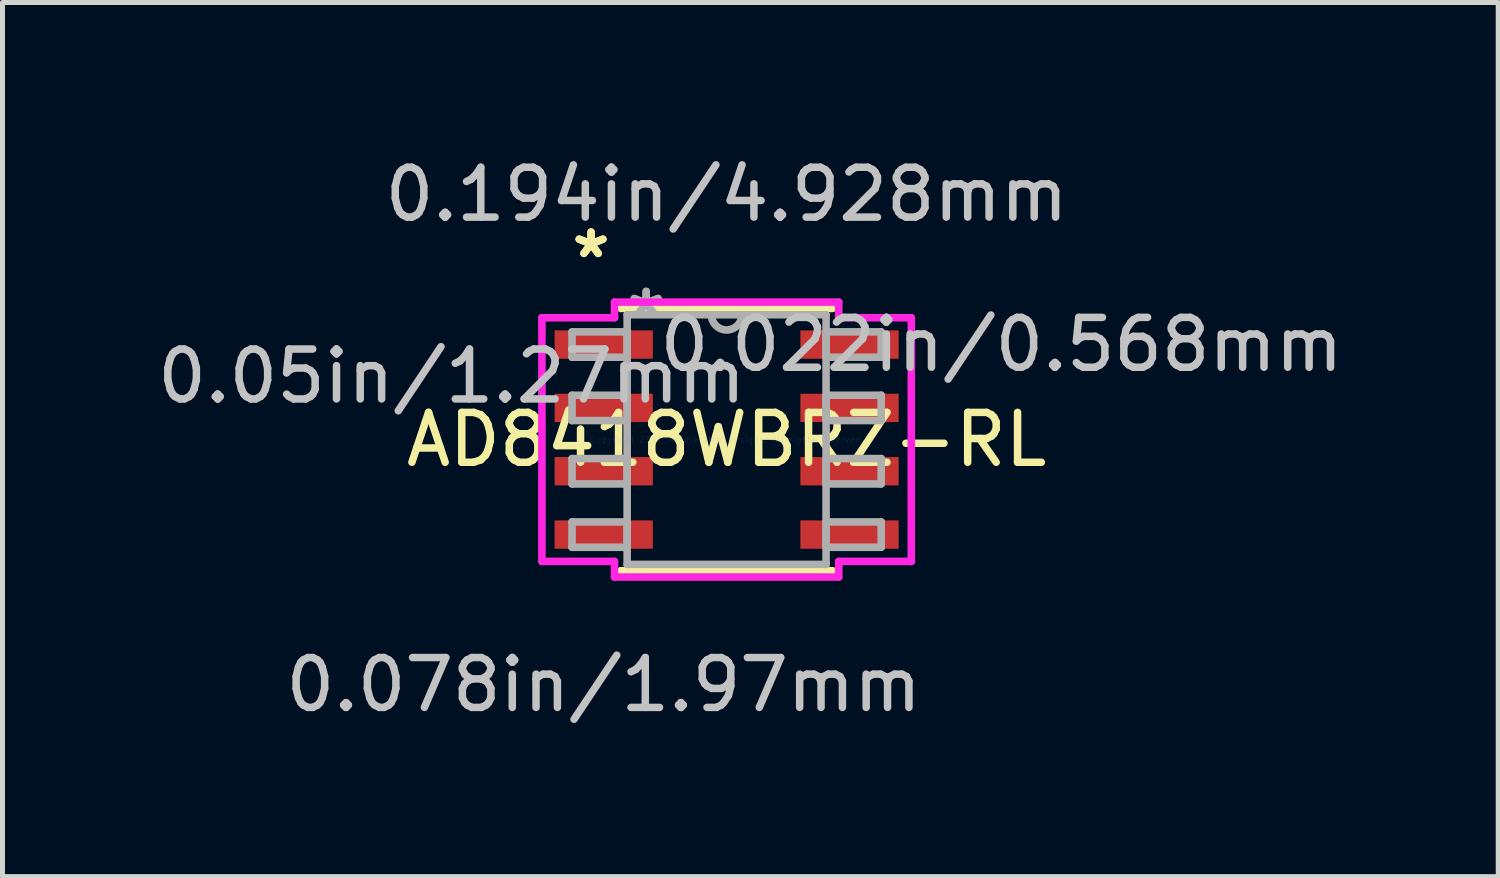
<source format=kicad_pcb>
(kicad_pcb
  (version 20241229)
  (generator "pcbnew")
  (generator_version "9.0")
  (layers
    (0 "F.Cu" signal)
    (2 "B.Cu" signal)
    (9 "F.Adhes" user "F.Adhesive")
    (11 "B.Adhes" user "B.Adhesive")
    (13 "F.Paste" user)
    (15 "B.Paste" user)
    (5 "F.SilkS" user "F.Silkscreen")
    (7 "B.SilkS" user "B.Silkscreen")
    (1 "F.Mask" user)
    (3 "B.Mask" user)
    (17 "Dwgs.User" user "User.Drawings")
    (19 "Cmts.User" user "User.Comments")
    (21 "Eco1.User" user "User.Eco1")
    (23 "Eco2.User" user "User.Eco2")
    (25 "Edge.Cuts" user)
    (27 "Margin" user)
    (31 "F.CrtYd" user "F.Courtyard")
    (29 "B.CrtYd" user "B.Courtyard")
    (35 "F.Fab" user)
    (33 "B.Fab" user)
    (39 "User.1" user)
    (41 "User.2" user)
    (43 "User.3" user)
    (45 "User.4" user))
  (footprint "AD8418WBRZ-RL"
    (layer "F.Cu")
    (at 11.518 5.763)
    (property "Reference" "AD8418WBRZ-RL" (at 0 0 0) (layer "F.SilkS") (effects (font (size 1 1) (thickness 0.15))))
    (attr through_hole)
    (fp_line (start -2.121 2.629) (end 2.121 2.629) (stroke (width 0.152) (type solid)) (layer "F.SilkS"))
    (fp_line (start 2.121 -2.629) (end -2.121 -2.629) (stroke (width 0.152) (type solid)) (layer "F.SilkS"))
    (fp_line (start -3.703 -2.443) (end -2.248 -2.443) (stroke (width 0.152) (type solid)) (layer "F.CrtYd"))
    (fp_line (start -3.703 2.443) (end -3.703 -2.443) (stroke (width 0.152) (type solid)) (layer "F.CrtYd"))
    (fp_line (start -2.248 -2.756) (end 2.248 -2.756) (stroke (width 0.152) (type solid)) (layer "F.CrtYd"))
    (fp_line (start -2.248 -2.443) (end -2.248 -2.756) (stroke (width 0.152) (type solid)) (layer "F.CrtYd"))
    (fp_line (start -2.248 2.443) (end -3.703 2.443) (stroke (width 0.152) (type solid)) (layer "F.CrtYd"))
    (fp_line (start -2.248 2.756) (end -2.248 2.443) (stroke (width 0.152) (type solid)) (layer "F.CrtYd"))
    (fp_line (start 2.248 -2.756) (end 2.248 -2.443) (stroke (width 0.152) (type solid)) (layer "F.CrtYd"))
    (fp_line (start 2.248 -2.443) (end 3.703 -2.443) (stroke (width 0.152) (type solid)) (layer "F.CrtYd"))
    (fp_line (start 2.248 2.443) (end 2.248 2.756) (stroke (width 0.152) (type solid)) (layer "F.CrtYd"))
    (fp_line (start 2.248 2.756) (end -2.248 2.756) (stroke (width 0.152) (type solid)) (layer "F.CrtYd"))
    (fp_line (start 3.703 -2.443) (end 3.703 2.443) (stroke (width 0.152) (type solid)) (layer "F.CrtYd"))
    (fp_line (start 3.703 2.443) (end 2.248 2.443) (stroke (width 0.152) (type solid)) (layer "F.CrtYd"))
    (fp_line (start -3.099 -2.159) (end -3.099 -1.651) (stroke (width 0.152) (type solid)) (layer "F.Fab"))
    (fp_line (start -3.099 -1.651) (end -1.994 -1.651) (stroke (width 0.152) (type solid)) (layer "F.Fab"))
    (fp_line (start -3.099 -0.889) (end -3.099 -0.381) (stroke (width 0.152) (type solid)) (layer "F.Fab"))
    (fp_line (start -3.099 -0.381) (end -1.994 -0.381) (stroke (width 0.152) (type solid)) (layer "F.Fab"))
    (fp_line (start -3.099 0.381) (end -3.099 0.889) (stroke (width 0.152) (type solid)) (layer "F.Fab"))
    (fp_line (start -3.099 0.889) (end -1.994 0.889) (stroke (width 0.152) (type solid)) (layer "F.Fab"))
    (fp_line (start -3.099 1.651) (end -3.099 2.159) (stroke (width 0.152) (type solid)) (layer "F.Fab"))
    (fp_line (start -3.099 2.159) (end -1.994 2.159) (stroke (width 0.152) (type solid)) (layer "F.Fab"))
    (fp_line (start -1.994 -2.502) (end -1.994 2.502) (stroke (width 0.152) (type solid)) (layer "F.Fab"))
    (fp_line (start -1.994 -2.159) (end -3.099 -2.159) (stroke (width 0.152) (type solid)) (layer "F.Fab"))
    (fp_line (start -1.994 -1.651) (end -1.994 -2.159) (stroke (width 0.152) (type solid)) (layer "F.Fab"))
    (fp_line (start -1.994 -0.889) (end -3.099 -0.889) (stroke (width 0.152) (type solid)) (layer "F.Fab"))
    (fp_line (start -1.994 -0.381) (end -1.994 -0.889) (stroke (width 0.152) (type solid)) (layer "F.Fab"))
    (fp_line (start -1.994 0.381) (end -3.099 0.381) (stroke (width 0.152) (type solid)) (layer "F.Fab"))
    (fp_line (start -1.994 0.889) (end -1.994 0.381) (stroke (width 0.152) (type solid)) (layer "F.Fab"))
    (fp_line (start -1.994 1.651) (end -3.099 1.651) (stroke (width 0.152) (type solid)) (layer "F.Fab"))
    (fp_line (start -1.994 2.159) (end -1.994 1.651) (stroke (width 0.152) (type solid)) (layer "F.Fab"))
    (fp_line (start -1.994 2.502) (end 1.994 2.502) (stroke (width 0.152) (type solid)) (layer "F.Fab"))
    (fp_line (start 1.994 -2.502) (end -1.994 -2.502) (stroke (width 0.152) (type solid)) (layer "F.Fab"))
    (fp_line (start 1.994 -2.159) (end 1.994 -1.651) (stroke (width 0.152) (type solid)) (layer "F.Fab"))
    (fp_line (start 1.994 -1.651) (end 3.099 -1.651) (stroke (width 0.152) (type solid)) (layer "F.Fab"))
    (fp_line (start 1.994 -0.889) (end 1.994 -0.381) (stroke (width 0.152) (type solid)) (layer "F.Fab"))
    (fp_line (start 1.994 -0.381) (end 3.099 -0.381) (stroke (width 0.152) (type solid)) (layer "F.Fab"))
    (fp_line (start 1.994 0.381) (end 1.994 0.889) (stroke (width 0.152) (type solid)) (layer "F.Fab"))
    (fp_line (start 1.994 0.889) (end 3.099 0.889) (stroke (width 0.152) (type solid)) (layer "F.Fab"))
    (fp_line (start 1.994 1.651) (end 1.994 2.159) (stroke (width 0.152) (type solid)) (layer "F.Fab"))
    (fp_line (start 1.994 2.159) (end 3.099 2.159) (stroke (width 0.152) (type solid)) (layer "F.Fab"))
    (fp_line (start 1.994 2.502) (end 1.994 -2.502) (stroke (width 0.152) (type solid)) (layer "F.Fab"))
    (fp_line (start 3.099 -2.159) (end 1.994 -2.159) (stroke (width 0.152) (type solid)) (layer "F.Fab"))
    (fp_line (start 3.099 -1.651) (end 3.099 -2.159) (stroke (width 0.152) (type solid)) (layer "F.Fab"))
    (fp_line (start 3.099 -0.889) (end 1.994 -0.889) (stroke (width 0.152) (type solid)) (layer "F.Fab"))
    (fp_line (start 3.099 -0.381) (end 3.099 -0.889) (stroke (width 0.152) (type solid)) (layer "F.Fab"))
    (fp_line (start 3.099 0.381) (end 1.994 0.381) (stroke (width 0.152) (type solid)) (layer "F.Fab"))
    (fp_line (start 3.099 0.889) (end 3.099 0.381) (stroke (width 0.152) (type solid)) (layer "F.Fab"))
    (fp_line (start 3.099 1.651) (end 1.994 1.651) (stroke (width 0.152) (type solid)) (layer "F.Fab"))
    (fp_line (start 3.099 2.159) (end 3.099 1.651) (stroke (width 0.152) (type solid)) (layer "F.Fab"))
    (fp_arc (start 0.3048 -2.5019) (mid 0 -2.1971) (end -0.3048 -2.5019) (stroke (width 0.1524) (type solid)) (layer "F.Fab"))
    (fp_text user "*" (at -2.718 -3.616 0) (layer "F.SilkS") (effects (font (size 1 1) (thickness 0.15))))
    (fp_text user "*" (at -2.718 -3.616 0) (layer "F.SilkS") (effects (font (size 1 1) (thickness 0.15))))
    (fp_text user "0.194in/4.928mm" (at 0 -4.915 0) (layer "Dwgs.User") (effects (font (size 1 1) (thickness 0.15))))
    (fp_text user "0.05in/1.27mm" (at -5.512 -1.27 0) (layer "Dwgs.User") (effects (font (size 1 1) (thickness 0.15))))
    (fp_text user "0.022in/0.568mm" (at 5.512 -1.905 0) (layer "Dwgs.User") (effects (font (size 1 1) (thickness 0.15))))
    (fp_text user "0.078in/1.97mm" (at -2.464 4.915 0) (layer "Dwgs.User") (effects (font (size 1 1) (thickness 0.15))))
    (fp_text user "Copyright 2016 Accelerated Designs. All rights reserved." (at 0 0 0) (layer "Cmts.User") (effects (font (size 0.127 0.127) (thickness 0.002))))
    (fp_text user "*" (at -1.613 -2.426 0) (layer "F.Fab") (effects (font (size 1 1) (thickness 0.15))))
    (fp_text user "*" (at -1.613 -2.426 0) (layer "F.Fab") (effects (font (size 1 1) (thickness 0.15))))
    (pad "1" smd rect (at -2.464 -1.905) (size 1.97 0.568) (layers "F.Cu" "F.Mask" "F.Paste"))
    (pad "2" smd rect (at -2.464 -0.635) (size 1.97 0.568) (layers "F.Cu" "F.Mask" "F.Paste"))
    (pad "3" smd rect (at -2.464 0.635) (size 1.97 0.568) (layers "F.Cu" "F.Mask" "F.Paste"))
    (pad "4" smd rect (at -2.464 1.905) (size 1.97 0.568) (layers "F.Cu" "F.Mask" "F.Paste"))
    (pad "5" smd rect (at 2.464 1.905) (size 1.97 0.568) (layers "F.Cu" "F.Mask" "F.Paste"))
    (pad "6" smd rect (at 2.464 0.635) (size 1.97 0.568) (layers "F.Cu" "F.Mask" "F.Paste"))
    (pad "7" smd rect (at 2.464 -0.635) (size 1.97 0.568) (layers "F.Cu" "F.Mask" "F.Paste"))
    (pad "8" smd rect (at 2.464 -1.905) (size 1.97 0.568) (layers "F.Cu" "F.Mask" "F.Paste")))
  (gr_rect
    (start -3 -3)
    (end 26.988 14.526)
    (stroke (width 0.1) (type default))
    (fill no)
    (layer "Edge.Cuts")))
</source>
